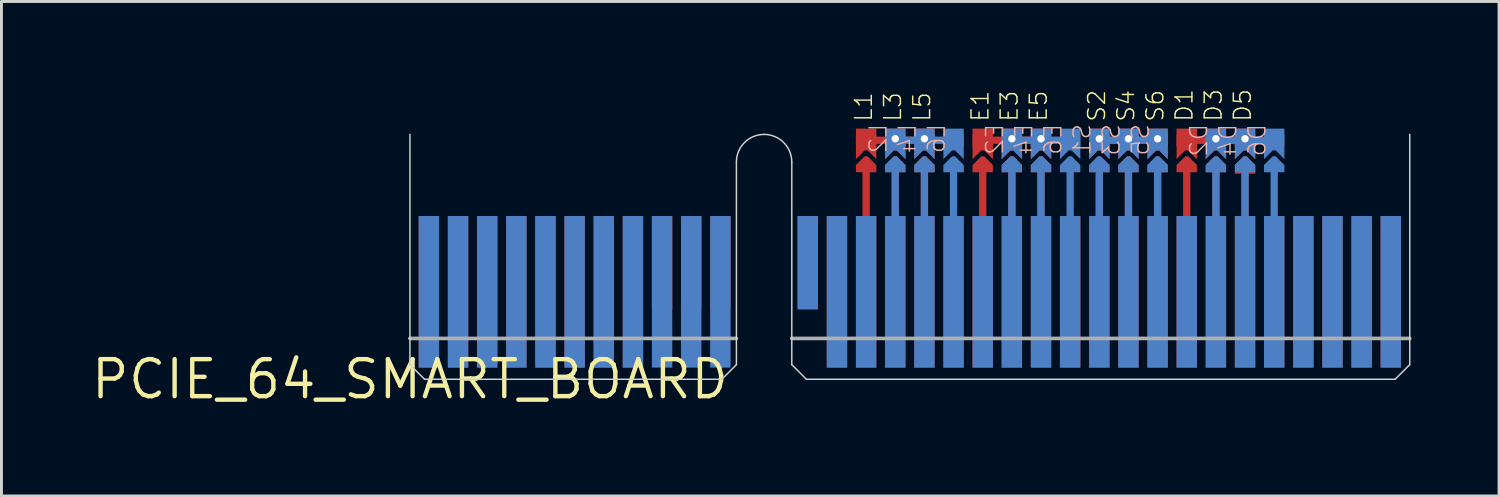
<source format=kicad_pcb>
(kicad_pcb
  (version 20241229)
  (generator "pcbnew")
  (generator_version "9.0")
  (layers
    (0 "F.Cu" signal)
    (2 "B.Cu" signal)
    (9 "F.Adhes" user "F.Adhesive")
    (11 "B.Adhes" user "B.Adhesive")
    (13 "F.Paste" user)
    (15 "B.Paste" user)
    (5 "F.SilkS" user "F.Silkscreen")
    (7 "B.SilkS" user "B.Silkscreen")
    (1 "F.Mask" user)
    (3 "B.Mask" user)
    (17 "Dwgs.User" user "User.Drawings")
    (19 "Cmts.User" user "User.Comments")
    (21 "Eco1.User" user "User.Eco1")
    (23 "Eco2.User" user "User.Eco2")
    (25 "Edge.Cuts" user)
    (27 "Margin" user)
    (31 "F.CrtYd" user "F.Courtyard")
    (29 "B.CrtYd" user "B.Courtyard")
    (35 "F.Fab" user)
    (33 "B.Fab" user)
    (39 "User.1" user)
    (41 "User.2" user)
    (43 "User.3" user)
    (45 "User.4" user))
  (footprint "PCIE_64_SMART_BOARD"
    (layer "F.Cu")
    (at 11.014 9.961)
    (property "Reference" "PCIE_64_SMART_BOARD" (at 0 0 0) (layer "F.SilkS") (effects (font (size 1.27 1.27) (thickness 0.15))))
    (attr through_hole)
    (fp_line (start 15.65 -7.15) (end 15.65 -5.55) (stroke (width 0.25) (type solid)) (layer "F.Cu"))
    (fp_line (start 16.65 -7.15) (end 16.65 -5.55) (stroke (width 0.25) (type solid)) (layer "F.Cu"))
    (fp_line (start 17.65 -8.2) (end 15.6 -8.2) (stroke (width 0.25) (type solid)) (layer "F.Cu"))
    (fp_line (start 17.65 -7.15) (end 17.65 -5.55) (stroke (width 0.25) (type solid)) (layer "F.Cu"))
    (fp_line (start 19.65 -7.15) (end 19.65 -5.55) (stroke (width 0.25) (type solid)) (layer "F.Cu"))
    (fp_line (start 20.65 -7.15) (end 20.65 -5.55) (stroke (width 0.25) (type solid)) (layer "F.Cu"))
    (fp_line (start 21.65 -7.15) (end 21.65 -5.55) (stroke (width 0.25) (type solid)) (layer "F.Cu"))
    (fp_line (start 21.7 -8.2) (end 19.65 -8.2) (stroke (width 0.25) (type solid)) (layer "F.Cu"))
    (fp_line (start 23.65 -7.15) (end 23.65 -5.55) (stroke (width 0.25) (type solid)) (layer "F.Cu"))
    (fp_line (start 23.7 -8.2) (end 25.7 -8.2) (stroke (width 0.25) (type solid)) (layer "F.Cu"))
    (fp_line (start 24.65 -7.15) (end 24.65 -5.55) (stroke (width 0.25) (type solid)) (layer "F.Cu"))
    (fp_line (start 25.65 -7.15) (end 25.65 -5.55) (stroke (width 0.25) (type solid)) (layer "F.Cu"))
    (fp_line (start 26.65 -7.15) (end 26.65 -5.55) (stroke (width 0.25) (type solid)) (layer "F.Cu"))
    (fp_line (start 26.7 -8.2) (end 28.7 -8.2) (stroke (width 0.25) (type solid)) (layer "F.Cu"))
    (fp_line (start 27.65 -7.15) (end 27.65 -5.55) (stroke (width 0.25) (type solid)) (layer "F.Cu"))
    (fp_line (start 28.65 -7.1) (end 28.65 -5.55) (stroke (width 0.25) (type solid)) (layer "F.Cu"))
    (fp_line (start 28.7 -7.1) (end 28.65 -7.1) (stroke (width 0.127) (type solid)) (layer "F.Cu"))
    (fp_poly (pts (xy 15.3 -8.6) (xy 15.3 -7.55) (xy 15.6 -7.85) (xy 15.7 -7.85) (xy 16 -7.55) (xy 16 -8.6)) (stroke (width 0) (type solid)) (fill yes) (layer "F.Cu"))
    (fp_poly (pts (xy 15.3 -7.35) (xy 15.6 -7.65) (xy 15.7 -7.65) (xy 16 -7.35) (xy 16 -7.1) (xy 15.3 -7.1)) (stroke (width 0) (type solid)) (fill yes) (layer "F.Cu"))
    (fp_poly (pts (xy 16.3 -8.6) (xy 16.3 -7.55) (xy 16.6 -7.85) (xy 16.7 -7.85) (xy 17 -7.55) (xy 17 -8.6)) (stroke (width 0) (type solid)) (fill yes) (layer "F.Cu"))
    (fp_poly (pts (xy 16.3 -7.35) (xy 16.6 -7.65) (xy 16.7 -7.65) (xy 17 -7.35) (xy 17 -7.1) (xy 16.3 -7.1)) (stroke (width 0) (type solid)) (fill yes) (layer "F.Cu"))
    (fp_poly (pts (xy 17.3 -8.6) (xy 17.3 -7.55) (xy 17.6 -7.85) (xy 17.7 -7.85) (xy 18 -7.55) (xy 18 -8.6)) (stroke (width 0) (type solid)) (fill yes) (layer "F.Cu"))
    (fp_poly (pts (xy 17.3 -7.35) (xy 17.6 -7.65) (xy 17.7 -7.65) (xy 18 -7.35) (xy 18 -7.1) (xy 17.3 -7.1)) (stroke (width 0) (type solid)) (fill yes) (layer "F.Cu"))
    (fp_poly (pts (xy 19.3 -8.6) (xy 19.3 -7.55) (xy 19.6 -7.85) (xy 19.7 -7.85) (xy 20 -7.55) (xy 20 -8.6)) (stroke (width 0) (type solid)) (fill yes) (layer "F.Cu"))
    (fp_poly (pts (xy 19.3 -7.35) (xy 19.6 -7.65) (xy 19.7 -7.65) (xy 20 -7.35) (xy 20 -7.1) (xy 19.3 -7.1)) (stroke (width 0) (type solid)) (fill yes) (layer "F.Cu"))
    (fp_poly (pts (xy 20.3 -8.6) (xy 20.3 -7.55) (xy 20.6 -7.85) (xy 20.7 -7.85) (xy 21 -7.55) (xy 21 -8.6)) (stroke (width 0) (type solid)) (fill yes) (layer "F.Cu"))
    (fp_poly (pts (xy 20.3 -7.35) (xy 20.6 -7.65) (xy 20.7 -7.65) (xy 21 -7.35) (xy 21 -7.1) (xy 20.3 -7.1)) (stroke (width 0) (type solid)) (fill yes) (layer "F.Cu"))
    (fp_poly (pts (xy 21.3 -8.6) (xy 21.3 -7.55) (xy 21.6 -7.85) (xy 21.7 -7.85) (xy 22 -7.55) (xy 22 -8.6)) (stroke (width 0) (type solid)) (fill yes) (layer "F.Cu"))
    (fp_poly (pts (xy 21.3 -7.35) (xy 21.6 -7.65) (xy 21.7 -7.65) (xy 22 -7.35) (xy 22 -7.1) (xy 21.3 -7.1)) (stroke (width 0) (type solid)) (fill yes) (layer "F.Cu"))
    (fp_poly (pts (xy 23.3 -8.6) (xy 23.3 -7.55) (xy 23.6 -7.85) (xy 23.7 -7.85) (xy 24 -7.55) (xy 24 -8.6)) (stroke (width 0) (type solid)) (fill yes) (layer "F.Cu"))
    (fp_poly (pts (xy 23.3 -7.35) (xy 23.6 -7.65) (xy 23.7 -7.65) (xy 24 -7.35) (xy 24 -7.1) (xy 23.3 -7.1)) (stroke (width 0) (type solid)) (fill yes) (layer "F.Cu"))
    (fp_poly (pts (xy 24.3 -8.6) (xy 24.3 -7.55) (xy 24.6 -7.85) (xy 24.7 -7.85) (xy 25 -7.55) (xy 25 -8.6)) (stroke (width 0) (type solid)) (fill yes) (layer "F.Cu"))
    (fp_poly (pts (xy 24.3 -7.35) (xy 24.6 -7.65) (xy 24.7 -7.65) (xy 25 -7.35) (xy 25 -7.1) (xy 24.3 -7.1)) (stroke (width 0) (type solid)) (fill yes) (layer "F.Cu"))
    (fp_poly (pts (xy 25.3 -8.6) (xy 25.3 -7.55) (xy 25.6 -7.85) (xy 25.7 -7.85) (xy 26 -7.55) (xy 26 -8.6)) (stroke (width 0) (type solid)) (fill yes) (layer "F.Cu"))
    (fp_poly (pts (xy 25.3 -7.35) (xy 25.6 -7.65) (xy 25.7 -7.65) (xy 26 -7.35) (xy 26 -7.1) (xy 25.3 -7.1)) (stroke (width 0) (type solid)) (fill yes) (layer "F.Cu"))
    (fp_poly (pts (xy 26.3 -8.6) (xy 26.3 -7.55) (xy 26.6 -7.85) (xy 26.7 -7.85) (xy 27 -7.55) (xy 27 -8.6)) (stroke (width 0) (type solid)) (fill yes) (layer "F.Cu"))
    (fp_poly (pts (xy 26.3 -7.35) (xy 26.6 -7.65) (xy 26.7 -7.65) (xy 27 -7.35) (xy 27 -7.1) (xy 26.3 -7.1)) (stroke (width 0) (type solid)) (fill yes) (layer "F.Cu"))
    (fp_poly (pts (xy 27.3 -8.6) (xy 27.3 -7.55) (xy 27.6 -7.85) (xy 27.7 -7.85) (xy 28 -7.55) (xy 28 -8.6)) (stroke (width 0) (type solid)) (fill yes) (layer "F.Cu"))
    (fp_poly (pts (xy 27.3 -7.35) (xy 27.6 -7.65) (xy 27.7 -7.65) (xy 28 -7.35) (xy 28 -7.1) (xy 27.3 -7.1)) (stroke (width 0) (type solid)) (fill yes) (layer "F.Cu"))
    (fp_poly (pts (xy 28.3 -8.6) (xy 28.3 -7.55) (xy 28.6 -7.85) (xy 28.7 -7.85) (xy 29 -7.55) (xy 29 -8.6)) (stroke (width 0) (type solid)) (fill yes) (layer "F.Cu"))
    (fp_poly (pts (xy 28.3 -7.35) (xy 28.6 -7.65) (xy 28.7 -7.65) (xy 29 -7.35) (xy 29 -7.05) (xy 28.3 -7.05)) (stroke (width 0) (type solid)) (fill yes) (layer "F.Cu"))
    (fp_poly (pts (xy 15.3 -8.6) (xy 16 -8.6) (xy 16 -7.1) (xy 15.3 -7.1)) (stroke (width 0) (type solid)) (fill yes) (layer "F.Mask"))
    (fp_poly (pts (xy 16.3 -8.6) (xy 17 -8.6) (xy 17 -7.1) (xy 16.3 -7.1)) (stroke (width 0) (type solid)) (fill yes) (layer "F.Mask"))
    (fp_poly (pts (xy 17.3 -8.6) (xy 18 -8.6) (xy 18 -7.1) (xy 17.3 -7.1)) (stroke (width 0) (type solid)) (fill yes) (layer "F.Mask"))
    (fp_poly (pts (xy 19.3 -8.6) (xy 20 -8.6) (xy 20 -7.1) (xy 19.3 -7.1)) (stroke (width 0) (type solid)) (fill yes) (layer "F.Mask"))
    (fp_poly (pts (xy 20.3 -8.6) (xy 21 -8.6) (xy 21 -7.1) (xy 20.3 -7.1)) (stroke (width 0) (type solid)) (fill yes) (layer "F.Mask"))
    (fp_poly (pts (xy 21.3 -8.6) (xy 22 -8.6) (xy 22 -7.1) (xy 21.3 -7.1)) (stroke (width 0) (type solid)) (fill yes) (layer "F.Mask"))
    (fp_poly (pts (xy 23.3 -8.6) (xy 24 -8.6) (xy 24 -7.1) (xy 23.3 -7.1)) (stroke (width 0) (type solid)) (fill yes) (layer "F.Mask"))
    (fp_poly (pts (xy 24.3 -8.6) (xy 25 -8.6) (xy 25 -7.1) (xy 24.3 -7.1)) (stroke (width 0) (type solid)) (fill yes) (layer "F.Mask"))
    (fp_poly (pts (xy 25.3 -8.6) (xy 26 -8.6) (xy 26 -7.1) (xy 25.3 -7.1)) (stroke (width 0) (type solid)) (fill yes) (layer "F.Mask"))
    (fp_poly (pts (xy 26.3 -8.6) (xy 27 -8.6) (xy 27 -7.1) (xy 26.3 -7.1)) (stroke (width 0) (type solid)) (fill yes) (layer "F.Mask"))
    (fp_poly (pts (xy 27.3 -8.6) (xy 28 -8.6) (xy 28 -7.1) (xy 27.3 -7.1)) (stroke (width 0) (type solid)) (fill yes) (layer "F.Mask"))
    (fp_poly (pts (xy 28.3 -8.6) (xy 29 -8.6) (xy 29 -7.1) (xy 28.3 -7.1)) (stroke (width 0) (type solid)) (fill yes) (layer "F.Mask"))
    (fp_line (start 16.65 -7.15) (end 16.65 -5.55) (stroke (width 0.25) (type solid)) (layer "B.Cu"))
    (fp_line (start 17.65 -5.55) (end 17.65 -7.15) (stroke (width 0.25) (type solid)) (layer "B.Cu"))
    (fp_line (start 18.65 -8.2) (end 16.6 -8.2) (stroke (width 0.25) (type solid)) (layer "B.Cu"))
    (fp_line (start 18.65 -7.15) (end 18.65 -5.55) (stroke (width 0.25) (type solid)) (layer "B.Cu"))
    (fp_line (start 20.65 -7.15) (end 20.65 -5.55) (stroke (width 0.25) (type solid)) (layer "B.Cu"))
    (fp_line (start 21.65 -5.55) (end 21.65 -7.15) (stroke (width 0.25) (type solid)) (layer "B.Cu"))
    (fp_line (start 22.65 -8.2) (end 20.6 -8.2) (stroke (width 0.25) (type solid)) (layer "B.Cu"))
    (fp_line (start 22.65 -7.15) (end 22.65 -5.55) (stroke (width 0.25) (type solid)) (layer "B.Cu"))
    (fp_line (start 23.65 -5.55) (end 23.65 -7.15) (stroke (width 0.25) (type solid)) (layer "B.Cu"))
    (fp_line (start 24.65 -7.15) (end 24.65 -5.55) (stroke (width 0.25) (type solid)) (layer "B.Cu"))
    (fp_line (start 25.65 -7.15) (end 25.65 -5.55) (stroke (width 0.25) (type solid)) (layer "B.Cu"))
    (fp_line (start 25.7 -8.2) (end 23.65 -8.2) (stroke (width 0.25) (type solid)) (layer "B.Cu"))
    (fp_line (start 27.65 -7.15) (end 27.65 -5.55) (stroke (width 0.25) (type solid)) (layer "B.Cu"))
    (fp_line (start 28.65 -7.15) (end 28.65 -5.55) (stroke (width 0.25) (type solid)) (layer "B.Cu"))
    (fp_line (start 29.65 -8.2) (end 27.6 -8.2) (stroke (width 0.25) (type solid)) (layer "B.Cu"))
    (fp_line (start 29.65 -5.55) (end 29.65 -7.15) (stroke (width 0.25) (type solid)) (layer "B.Cu"))
    (fp_poly (pts (xy 16.3 -8.6) (xy 16.3 -7.55) (xy 16.6 -7.85) (xy 16.7 -7.85) (xy 17 -7.55) (xy 17 -8.6)) (stroke (width 0) (type solid)) (fill yes) (layer "B.Cu"))
    (fp_poly (pts (xy 16.3 -7.35) (xy 16.6 -7.65) (xy 16.7 -7.65) (xy 17 -7.35) (xy 17 -7.1) (xy 16.3 -7.1)) (stroke (width 0) (type solid)) (fill yes) (layer "B.Cu"))
    (fp_poly (pts (xy 17.3 -8.6) (xy 17.3 -7.55) (xy 17.6 -7.85) (xy 17.7 -7.85) (xy 18 -7.55) (xy 18 -8.6)) (stroke (width 0) (type solid)) (fill yes) (layer "B.Cu"))
    (fp_poly (pts (xy 17.3 -7.35) (xy 17.6 -7.65) (xy 17.7 -7.65) (xy 18 -7.35) (xy 18 -7.1) (xy 17.3 -7.1)) (stroke (width 0) (type solid)) (fill yes) (layer "B.Cu"))
    (fp_poly (pts (xy 18.3 -8.6) (xy 18.3 -7.55) (xy 18.6 -7.85) (xy 18.7 -7.85) (xy 19 -7.55) (xy 19 -8.6)) (stroke (width 0) (type solid)) (fill yes) (layer "B.Cu"))
    (fp_poly (pts (xy 18.3 -7.35) (xy 18.6 -7.65) (xy 18.7 -7.65) (xy 19 -7.35) (xy 19 -7.1) (xy 18.3 -7.1)) (stroke (width 0) (type solid)) (fill yes) (layer "B.Cu"))
    (fp_poly (pts (xy 20.3 -8.6) (xy 20.3 -7.55) (xy 20.6 -7.85) (xy 20.7 -7.85) (xy 21 -7.55) (xy 21 -8.6)) (stroke (width 0) (type solid)) (fill yes) (layer "B.Cu"))
    (fp_poly (pts (xy 20.3 -7.35) (xy 20.6 -7.65) (xy 20.7 -7.65) (xy 21 -7.35) (xy 21 -7.1) (xy 20.3 -7.1)) (stroke (width 0) (type solid)) (fill yes) (layer "B.Cu"))
    (fp_poly (pts (xy 21.3 -8.6) (xy 21.3 -7.55) (xy 21.6 -7.85) (xy 21.7 -7.85) (xy 22 -7.55) (xy 22 -8.6)) (stroke (width 0) (type solid)) (fill yes) (layer "B.Cu"))
    (fp_poly (pts (xy 21.3 -7.35) (xy 21.6 -7.65) (xy 21.7 -7.65) (xy 22 -7.35) (xy 22 -7.1) (xy 21.3 -7.1)) (stroke (width 0) (type solid)) (fill yes) (layer "B.Cu"))
    (fp_poly (pts (xy 22.3 -8.6) (xy 22.3 -7.55) (xy 22.6 -7.85) (xy 22.7 -7.85) (xy 23 -7.55) (xy 23 -8.6)) (stroke (width 0) (type solid)) (fill yes) (layer "B.Cu"))
    (fp_poly (pts (xy 22.3 -7.35) (xy 22.6 -7.65) (xy 22.7 -7.65) (xy 23 -7.35) (xy 23 -7.1) (xy 22.3 -7.1)) (stroke (width 0) (type solid)) (fill yes) (layer "B.Cu"))
    (fp_poly (pts (xy 23.3 -8.6) (xy 23.3 -7.55) (xy 23.6 -7.85) (xy 23.7 -7.85) (xy 24 -7.55) (xy 24 -8.6)) (stroke (width 0) (type solid)) (fill yes) (layer "B.Cu"))
    (fp_poly (pts (xy 23.3 -7.35) (xy 23.6 -7.65) (xy 23.7 -7.65) (xy 24 -7.35) (xy 24 -7.1) (xy 23.3 -7.1)) (stroke (width 0) (type solid)) (fill yes) (layer "B.Cu"))
    (fp_poly (pts (xy 24.3 -8.6) (xy 24.3 -7.55) (xy 24.6 -7.85) (xy 24.7 -7.85) (xy 25 -7.55) (xy 25 -8.6)) (stroke (width 0) (type solid)) (fill yes) (layer "B.Cu"))
    (fp_poly (pts (xy 24.3 -7.35) (xy 24.6 -7.65) (xy 24.7 -7.65) (xy 25 -7.35) (xy 25 -7.1) (xy 24.3 -7.1)) (stroke (width 0) (type solid)) (fill yes) (layer "B.Cu"))
    (fp_poly (pts (xy 25.3 -8.6) (xy 25.3 -7.55) (xy 25.6 -7.85) (xy 25.7 -7.85) (xy 26 -7.55) (xy 26 -8.6)) (stroke (width 0) (type solid)) (fill yes) (layer "B.Cu"))
    (fp_poly (pts (xy 25.3 -7.35) (xy 25.6 -7.65) (xy 25.7 -7.65) (xy 26 -7.35) (xy 26 -7.1) (xy 25.3 -7.1)) (stroke (width 0) (type solid)) (fill yes) (layer "B.Cu"))
    (fp_poly (pts (xy 27.3 -8.6) (xy 27.3 -7.55) (xy 27.6 -7.85) (xy 27.7 -7.85) (xy 28 -7.55) (xy 28 -8.6)) (stroke (width 0) (type solid)) (fill yes) (layer "B.Cu"))
    (fp_poly (pts (xy 27.3 -7.35) (xy 27.6 -7.65) (xy 27.7 -7.65) (xy 28 -7.35) (xy 28 -7.1) (xy 27.3 -7.1)) (stroke (width 0) (type solid)) (fill yes) (layer "B.Cu"))
    (fp_poly (pts (xy 28.3 -8.6) (xy 28.3 -7.55) (xy 28.6 -7.85) (xy 28.7 -7.85) (xy 29 -7.55) (xy 29 -8.6)) (stroke (width 0) (type solid)) (fill yes) (layer "B.Cu"))
    (fp_poly (pts (xy 28.3 -7.35) (xy 28.6 -7.65) (xy 28.7 -7.65) (xy 29 -7.35) (xy 29 -7.1) (xy 28.3 -7.1)) (stroke (width 0) (type solid)) (fill yes) (layer "B.Cu"))
    (fp_poly (pts (xy 29.3 -8.6) (xy 29.3 -7.55) (xy 29.6 -7.85) (xy 29.7 -7.85) (xy 30 -7.55) (xy 30 -8.6)) (stroke (width 0) (type solid)) (fill yes) (layer "B.Cu"))
    (fp_poly (pts (xy 29.3 -7.35) (xy 29.6 -7.65) (xy 29.7 -7.65) (xy 30 -7.35) (xy 30 -7.1) (xy 29.3 -7.1)) (stroke (width 0) (type solid)) (fill yes) (layer "B.Cu"))
    (fp_poly (pts (xy 16.3 -8.6) (xy 17 -8.6) (xy 17 -7.1) (xy 16.3 -7.1)) (stroke (width 0) (type solid)) (fill yes) (layer "B.Mask"))
    (fp_poly (pts (xy 17.3 -8.6) (xy 18 -8.6) (xy 18 -7.1) (xy 17.3 -7.1)) (stroke (width 0) (type solid)) (fill yes) (layer "B.Mask"))
    (fp_poly (pts (xy 18.3 -8.6) (xy 19 -8.6) (xy 19 -7.1) (xy 18.3 -7.1)) (stroke (width 0) (type solid)) (fill yes) (layer "B.Mask"))
    (fp_poly (pts (xy 20.3 -8.6) (xy 21 -8.6) (xy 21 -7.1) (xy 20.3 -7.1)) (stroke (width 0) (type solid)) (fill yes) (layer "B.Mask"))
    (fp_poly (pts (xy 21.3 -8.6) (xy 22 -8.6) (xy 22 -7.1) (xy 21.3 -7.1)) (stroke (width 0) (type solid)) (fill yes) (layer "B.Mask"))
    (fp_poly (pts (xy 22.3 -8.6) (xy 23 -8.6) (xy 23 -7.1) (xy 22.3 -7.1)) (stroke (width 0) (type solid)) (fill yes) (layer "B.Mask"))
    (fp_poly (pts (xy 23.3 -8.6) (xy 24 -8.6) (xy 24 -7.1) (xy 23.3 -7.1)) (stroke (width 0) (type solid)) (fill yes) (layer "B.Mask"))
    (fp_poly (pts (xy 24.3 -8.6) (xy 25 -8.6) (xy 25 -7.1) (xy 24.3 -7.1)) (stroke (width 0) (type solid)) (fill yes) (layer "B.Mask"))
    (fp_poly (pts (xy 25.3 -8.6) (xy 26 -8.6) (xy 26 -7.1) (xy 25.3 -7.1)) (stroke (width 0) (type solid)) (fill yes) (layer "B.Mask"))
    (fp_poly (pts (xy 27.3 -8.6) (xy 28 -8.6) (xy 28 -7.1) (xy 27.3 -7.1)) (stroke (width 0) (type solid)) (fill yes) (layer "B.Mask"))
    (fp_poly (pts (xy 28.3 -8.6) (xy 29 -8.6) (xy 29 -7.1) (xy 28.3 -7.1)) (stroke (width 0) (type solid)) (fill yes) (layer "B.Mask"))
    (fp_poly (pts (xy 29.3 -8.6) (xy 30 -8.6) (xy 30 -7.1) (xy 29.3 -7.1)) (stroke (width 0) (type solid)) (fill yes) (layer "B.Mask"))
    (fp_line (start 0 -8.4) (end 0 -0.5) (stroke (width 0.05) (type solid)) (layer "Edge.Cuts"))
    (fp_line (start 0 -0.5) (end 0.5 0) (stroke (width 0.05) (type solid)) (layer "Edge.Cuts"))
    (fp_line (start 0.5 0) (end 10.7 0) (stroke (width 0.05) (type solid)) (layer "Edge.Cuts"))
    (fp_line (start 10.7 0) (end 11.2 -0.5) (stroke (width 0.05) (type solid)) (layer "Edge.Cuts"))
    (fp_line (start 11.2 -0.5) (end 11.2 -7.45) (stroke (width 0.05) (type solid)) (layer "Edge.Cuts"))
    (fp_line (start 13.1 -7.45) (end 13.1 -0.5) (stroke (width 0.05) (type solid)) (layer "Edge.Cuts"))
    (fp_line (start 13.1 -0.5) (end 13.6 0) (stroke (width 0.05) (type solid)) (layer "Edge.Cuts"))
    (fp_line (start 13.6 0) (end 33.8 0) (stroke (width 0.05) (type solid)) (layer "Edge.Cuts"))
    (fp_line (start 33.8 0) (end 34.3 -0.5) (stroke (width 0.05) (type solid)) (layer "Edge.Cuts"))
    (fp_line (start 34.3 -0.5) (end 34.3 -8.4) (stroke (width 0.05) (type solid)) (layer "Edge.Cuts"))
    (fp_arc (start 11.2 -7.45) (mid 11.478249 -8.121751) (end 12.15 -8.4) (stroke (width 0.05) (type solid)) (layer "Edge.Cuts"))
    (fp_arc (start 12.15 -8.4) (mid 12.821751 -8.121751) (end 13.1 -7.45) (stroke (width 0.05) (type solid)) (layer "Edge.Cuts"))
    (fp_line (start 0 -1.4) (end 11.2 -1.4) (stroke (width 0.127) (type solid)) (layer "F.Fab"))
    (fp_line (start 13.1 -1.4) (end 34.3 -1.4) (stroke (width 0.127) (type solid)) (layer "F.Fab"))
    (fp_text user "E5" (at 21.9 -8.8 90) (layer "F.SilkS") (effects (font (size 0.579 0.579) (thickness 0.049)) (justify left bottom)))
    (fp_text user "S2" (at 23.9 -8.8 90) (layer "F.SilkS") (effects (font (size 0.579 0.579) (thickness 0.049)) (justify left bottom)))
    (fp_text user "D1" (at 26.9 -8.8 90) (layer "F.SilkS") (effects (font (size 0.579 0.579) (thickness 0.049)) (justify left bottom)))
    (fp_text user "L3" (at 16.9 -8.8 90) (layer "F.SilkS") (effects (font (size 0.579 0.579) (thickness 0.049)) (justify left bottom)))
    (fp_text user "D3" (at 27.9 -8.8 90) (layer "F.SilkS") (effects (font (size 0.579 0.579) (thickness 0.049)) (justify left bottom)))
    (fp_text user "L1" (at 15.9 -8.8 90) (layer "F.SilkS") (effects (font (size 0.579 0.579) (thickness 0.049)) (justify left bottom)))
    (fp_text user "S4" (at 24.9 -8.8 90) (layer "F.SilkS") (effects (font (size 0.579 0.579) (thickness 0.049)) (justify left bottom)))
    (fp_text user "D5" (at 28.9 -8.8 90) (layer "F.SilkS") (effects (font (size 0.579 0.579) (thickness 0.049)) (justify left bottom)))
    (fp_text user "E3" (at 20.9 -8.8 90) (layer "F.SilkS") (effects (font (size 0.579 0.579) (thickness 0.049)) (justify left bottom)))
    (fp_text user "E1" (at 19.9 -8.8 90) (layer "F.SilkS") (effects (font (size 0.579 0.579) (thickness 0.049)) (justify left bottom)))
    (fp_text user "S6" (at 25.9 -8.8 90) (layer "F.SilkS") (effects (font (size 0.579 0.579) (thickness 0.049)) (justify left bottom)))
    (fp_text user "L5" (at 17.9 -8.8 90) (layer "F.SilkS") (effects (font (size 0.579 0.579) (thickness 0.049)) (justify left bottom)))
    (fp_text user "D6" (at 29.4 -8.8 270) (layer "B.SilkS") (effects (font (size 0.579 0.579) (thickness 0.049)) (justify left bottom mirror)))
    (fp_text user "L6" (at 18.4 -8.8 270) (layer "B.SilkS") (effects (font (size 0.579 0.579) (thickness 0.049)) (justify left bottom mirror)))
    (fp_text user "S5" (at 25.4 -8.8 270) (layer "B.SilkS") (effects (font (size 0.579 0.579) (thickness 0.049)) (justify left bottom mirror)))
    (fp_text user "S1" (at 23.4 -8.8 270) (layer "B.SilkS") (effects (font (size 0.579 0.579) (thickness 0.049)) (justify left bottom mirror)))
    (fp_text user "E6" (at 22.4 -8.8 270) (layer "B.SilkS") (effects (font (size 0.579 0.579) (thickness 0.049)) (justify left bottom mirror)))
    (fp_text user "L4" (at 17.4 -8.8 270) (layer "B.SilkS") (effects (font (size 0.579 0.579) (thickness 0.049)) (justify left bottom mirror)))
    (fp_text user "L2" (at 16.4 -8.8 270) (layer "B.SilkS") (effects (font (size 0.579 0.579) (thickness 0.049)) (justify left bottom mirror)))
    (fp_text user "S3" (at 24.4 -8.8 270) (layer "B.SilkS") (effects (font (size 0.579 0.579) (thickness 0.049)) (justify left bottom mirror)))
    (fp_text user "E2" (at 20.4 -8.8 270) (layer "B.SilkS") (effects (font (size 0.579 0.579) (thickness 0.049)) (justify left bottom mirror)))
    (fp_text user "D4" (at 28.4 -8.8 270) (layer "B.SilkS") (effects (font (size 0.579 0.579) (thickness 0.049)) (justify left bottom mirror)))
    (fp_text user "D2" (at 27.4 -8.8 270) (layer "B.SilkS") (effects (font (size 0.579 0.579) (thickness 0.049)) (justify left bottom mirror)))
    (fp_text user "E4" (at 21.4 -8.8 270) (layer "B.SilkS") (effects (font (size 0.579 0.579) (thickness 0.049)) (justify left bottom mirror)))
    (pad "GND@1" smd rect (at 8.65 -3) (size 0.7 5.2) (layers "B.Cu" "B.Mask"))
    (pad "GND@2" smd rect (at 9.65 -3) (size 0.7 5.2) (layers "B.Cu" "B.Mask"))
    (pad "GND@3" smd rect (at 10.65 -3) (size 0.7 5.2) (layers "B.Cu" "B.Mask"))
    (pad "P$1" smd rect (at 0.65 -3) (size 0.7 5.2) (layers "B.Cu" "B.Mask"))
    (pad "P$2" smd rect (at 1.65 -3) (size 0.7 5.2) (layers "B.Cu" "B.Mask"))
    (pad "P$3" smd rect (at 2.65 -3) (size 0.7 5.2) (layers "B.Cu" "B.Mask"))
    (pad "P$4" smd rect (at 3.65 -3) (size 0.7 5.2) (layers "B.Cu" "B.Mask"))
    (pad "P$5" smd rect (at 4.65 -3) (size 0.7 5.2) (layers "B.Cu" "B.Mask"))
    (pad "P$6" smd rect (at 5.65 -3) (size 0.7 5.2) (layers "B.Cu" "B.Mask"))
    (pad "P$7" smd rect (at 6.65 -3) (size 0.7 5.2) (layers "B.Cu" "B.Mask"))
    (pad "P$8" smd rect (at 7.65 -3) (size 0.7 5.2) (layers "B.Cu" "B.Mask"))
    (pad "P$12" smd rect (at 13.65 -4) (size 0.7 3.2) (layers "B.Cu" "B.Mask"))
    (pad "P$13" smd rect (at 14.65 -3) (size 0.7 5.2) (layers "B.Cu" "B.Mask"))
    (pad "P$14" smd rect (at 15.65 -3) (size 0.7 5.2) (layers "B.Cu" "B.Mask"))
    (pad "P$15" smd rect (at 16.65 -3) (size 0.7 5.2) (layers "B.Cu" "B.Mask"))
    (pad "P$15@1" smd rect (at 16.65 -8.2 180) (size 0.7 0.4) (layers "B.Cu" "B.Mask"))
    (pad "P$16" smd rect (at 17.65 -3) (size 0.7 5.2) (layers "B.Cu" "B.Mask"))
    (pad "P$16@1" smd rect (at 17.65 -8.2 180) (size 0.7 0.4) (layers "B.Cu" "B.Mask"))
    (pad "P$17" smd rect (at 18.65 -3) (size 0.7 5.2) (layers "B.Cu" "B.Mask"))
    (pad "P$17@1" smd rect (at 18.65 -8.2 180) (size 0.7 0.4) (layers "B.Cu" "B.Mask"))
    (pad "P$18" smd rect (at 19.65 -3) (size 0.7 5.2) (layers "B.Cu" "B.Mask"))
    (pad "P$19" smd rect (at 20.65 -3) (size 0.7 5.2) (layers "B.Cu" "B.Mask"))
    (pad "P$19@1" smd rect (at 20.65 -8.2) (size 0.7 0.4) (layers "B.Cu" "B.Mask"))
    (pad "P$20" smd rect (at 21.65 -3) (size 0.7 5.2) (layers "B.Cu" "B.Mask"))
    (pad "P$20@1" smd rect (at 21.65 -8.2) (size 0.7 0.4) (layers "B.Cu" "B.Mask"))
    (pad "P$21" smd rect (at 22.65 -3) (size 0.7 5.2) (layers "B.Cu" "B.Mask"))
    (pad "P$21@1" smd rect (at 22.65 -8.2) (size 0.7 0.4) (layers "B.Cu" "B.Mask"))
    (pad "P$22" smd rect (at 23.65 -3) (size 0.7 5.2) (layers "B.Cu" "B.Mask"))
    (pad "P$22@1" smd rect (at 23.65 -8.2) (size 0.7 0.4) (layers "B.Cu" "B.Mask"))
    (pad "P$23" smd rect (at 24.65 -3) (size 0.7 5.2) (layers "B.Cu" "B.Mask"))
    (pad "P$23@1" smd rect (at 24.65 -8.2) (size 0.7 0.4) (layers "B.Cu" "B.Mask"))
    (pad "P$24" smd rect (at 25.65 -3) (size 0.7 5.2) (layers "B.Cu" "B.Mask"))
    (pad "P$24@1" smd rect (at 25.65 -8.2) (size 0.7 0.4) (layers "B.Cu" "B.Mask"))
    (pad "P$25" smd rect (at 26.65 -3) (size 0.7 5.2) (layers "B.Cu" "B.Mask"))
    (pad "P$26" smd rect (at 27.65 -3) (size 0.7 5.2) (layers "B.Cu" "B.Mask"))
    (pad "P$26@1" smd rect (at 27.65 -8.2) (size 0.7 0.4) (layers "B.Cu" "B.Mask"))
    (pad "P$27" smd rect (at 28.65 -3) (size 0.7 5.2) (layers "B.Cu" "B.Mask"))
    (pad "P$27@1" smd rect (at 28.65 -8.2) (size 0.7 0.4) (layers "B.Cu" "B.Mask"))
    (pad "P$28" smd rect (at 29.65 -3) (size 0.7 5.2) (layers "B.Cu" "B.Mask"))
    (pad "P$28@1" smd rect (at 29.65 -8.2) (size 0.7 0.4) (layers "B.Cu" "B.Mask"))
    (pad "P$29" smd rect (at 30.65 -3) (size 0.7 5.2) (layers "B.Cu" "B.Mask"))
    (pad "P$30" smd rect (at 31.65 -3) (size 0.7 5.2) (layers "B.Cu" "B.Mask"))
    (pad "P$31" smd rect (at 32.65 -3) (size 0.7 5.2) (layers "B.Cu" "B.Mask"))
    (pad "P$32" smd rect (at 33.65 -3) (size 0.7 5.2) (layers "B.Cu" "B.Mask"))
    (pad "P$33" smd rect (at 0.65 -3 180) (size 0.7 5.2) (layers "F.Cu" "F.Mask"))
    (pad "P$34" smd rect (at 1.65 -3 180) (size 0.7 5.2) (layers "F.Cu" "F.Mask"))
    (pad "P$35" smd rect (at 2.65 -3 180) (size 0.7 5.2) (layers "F.Cu" "F.Mask"))
    (pad "P$36" smd rect (at 3.65 -3 180) (size 0.7 5.2) (layers "F.Cu" "F.Mask"))
    (pad "P$37" smd rect (at 4.65 -3 180) (size 0.7 5.2) (layers "F.Cu" "F.Mask"))
    (pad "P$38" smd rect (at 5.65 -3 180) (size 0.7 5.2) (layers "F.Cu" "F.Mask"))
    (pad "P$39" smd rect (at 6.65 -3 180) (size 0.7 5.2) (layers "F.Cu" "F.Mask"))
    (pad "P$40" smd rect (at 7.65 -3 180) (size 0.7 5.2) (layers "F.Cu" "F.Mask"))
    (pad "P$41" thru_hole circle (at 21.65 -8.25 90) (size 0.305 0.305) (drill 0.254) (layers "*.Cu" "*.Mask"))
    (pad "P$42" thru_hole circle (at 17.65 -8.25 90) (size 0.305 0.305) (drill 0.254) (layers "*.Cu" "*.Mask"))
    (pad "P$43" thru_hole circle (at 16.65 -8.25 90) (size 0.305 0.305) (drill 0.254) (layers "*.Cu" "*.Mask"))
    (pad "P$44" smd rect (at 13.65 -4 180) (size 0.7 3.2) (layers "F.Cu" "F.Mask"))
    (pad "P$45" smd rect (at 14.65 -3 180) (size 0.7 5.2) (layers "F.Cu" "F.Mask"))
    (pad "P$46" smd rect (at 15.65 -3 180) (size 0.7 5.2) (layers "F.Cu" "F.Mask"))
    (pad "P$46@1" smd rect (at 15.65 -8.2) (size 0.7 0.4) (layers "F.Cu" "F.Mask"))
    (pad "P$47" smd rect (at 16.65 -3 180) (size 0.7 5.2) (layers "F.Cu" "F.Mask"))
    (pad "P$47@1" smd rect (at 16.65 -8.2) (size 0.7 0.4) (layers "F.Cu" "F.Mask"))
    (pad "P$48" smd rect (at 17.65 -3 180) (size 0.7 5.2) (layers "F.Cu" "F.Mask"))
    (pad "P$48@1" smd rect (at 17.65 -8.2) (size 0.7 0.4) (layers "F.Cu" "F.Mask"))
    (pad "P$49" smd rect (at 18.65 -3 180) (size 0.7 5.2) (layers "F.Cu" "F.Mask"))
    (pad "P$50" smd rect (at 19.65 -3 180) (size 0.7 5.2) (layers "F.Cu" "F.Mask"))
    (pad "P$50@1" smd rect (at 19.65 -8.2) (size 0.7 0.4) (layers "F.Cu" "F.Mask"))
    (pad "P$51" smd rect (at 20.65 -3 180) (size 0.7 5.2) (layers "F.Cu" "F.Mask"))
    (pad "P$51@1" smd rect (at 20.65 -8.2) (size 0.7 0.4) (layers "F.Cu" "F.Mask"))
    (pad "P$52" smd rect (at 21.65 -3 180) (size 0.7 5.2) (layers "F.Cu" "F.Mask"))
    (pad "P$52@1" smd rect (at 21.65 -8.2) (size 0.7 0.4) (layers "F.Cu" "F.Mask"))
    (pad "P$53" smd rect (at 22.65 -3 180) (size 0.7 5.2) (layers "F.Cu" "F.Mask"))
    (pad "P$54" smd rect (at 23.65 -3 180) (size 0.7 5.2) (layers "F.Cu" "F.Mask"))
    (pad "P$54@1" smd rect (at 23.65 -8.2) (size 0.7 0.4) (layers "F.Cu" "F.Mask"))
    (pad "P$55" smd rect (at 24.65 -3 180) (size 0.7 5.2) (layers "F.Cu" "F.Mask"))
    (pad "P$55@1" smd rect (at 24.65 -8.2) (size 0.7 0.4) (layers "F.Cu" "F.Mask"))
    (pad "P$56" smd rect (at 25.65 -3 180) (size 0.7 5.2) (layers "F.Cu" "F.Mask"))
    (pad "P$56@1" smd rect (at 25.65 -8.2) (size 0.7 0.4) (layers "F.Cu" "F.Mask"))
    (pad "P$57" smd rect (at 26.65 -3 180) (size 0.7 5.2) (layers "F.Cu" "F.Mask"))
    (pad "P$57@1" smd rect (at 26.65 -8.2) (size 0.7 0.4) (layers "F.Cu" "F.Mask"))
    (pad "P$58" smd rect (at 27.65 -3 180) (size 0.7 5.2) (layers "F.Cu" "F.Mask"))
    (pad "P$58@1" smd rect (at 27.65 -8.2) (size 0.7 0.4) (layers "F.Cu" "F.Mask"))
    (pad "P$59" smd rect (at 28.65 -3 180) (size 0.7 5.2) (layers "F.Cu" "F.Mask"))
    (pad "P$59@1" smd rect (at 28.65 -8.2) (size 0.7 0.4) (layers "F.Cu" "F.Mask"))
    (pad "P$60" smd rect (at 29.65 -3 180) (size 0.7 5.2) (layers "F.Cu" "F.Mask"))
    (pad "P$61" smd rect (at 30.65 -3 180) (size 0.7 5.2) (layers "F.Cu" "F.Mask"))
    (pad "P$62" smd rect (at 31.65 -3 180) (size 0.7 5.2) (layers "F.Cu" "F.Mask"))
    (pad "P$63" smd rect (at 32.65 -3 180) (size 0.7 5.2) (layers "F.Cu" "F.Mask"))
    (pad "P$64" smd rect (at 33.65 -3 180) (size 0.7 5.2) (layers "F.Cu" "F.Mask"))
    (pad "P$65" thru_hole circle (at 20.65 -8.25 90) (size 0.305 0.305) (drill 0.254) (layers "*.Cu" "*.Mask"))
    (pad "P$66" thru_hole circle (at 23.65 -8.25 90) (size 0.305 0.305) (drill 0.254) (layers "*.Cu" "*.Mask"))
    (pad "P$67" thru_hole circle (at 24.65 -8.25 90) (size 0.305 0.305) (drill 0.254) (layers "*.Cu" "*.Mask"))
    (pad "P$68" thru_hole circle (at 27.65 -8.25 90) (size 0.305 0.305) (drill 0.254) (layers "*.Cu" "*.Mask"))
    (pad "P$69" thru_hole circle (at 28.65 -8.25 90) (size 0.305 0.305) (drill 0.254) (layers "*.Cu" "*.Mask"))
    (pad "P$70" thru_hole circle (at 25.65 -8.25 90) (size 0.305 0.305) (drill 0.254) (layers "*.Cu" "*.Mask"))
    (pad "VCC@1" smd rect (at 8.65 -4 180) (size 0.7 3.2) (layers "F.Cu" "F.Mask"))
    (pad "VCC@2" smd rect (at 9.65 -4 180) (size 0.7 3.2) (layers "F.Cu" "F.Mask"))
    (pad "VCC@3" smd rect (at 10.65 -4 180) (size 0.7 3.2) (layers "F.Cu" "F.Mask")))
  (gr_rect
    (start -3 -3)
    (end 48.377 13.967)
    (stroke (width 0.1) (type default))
    (fill no)
    (layer "Edge.Cuts")))
</source>
